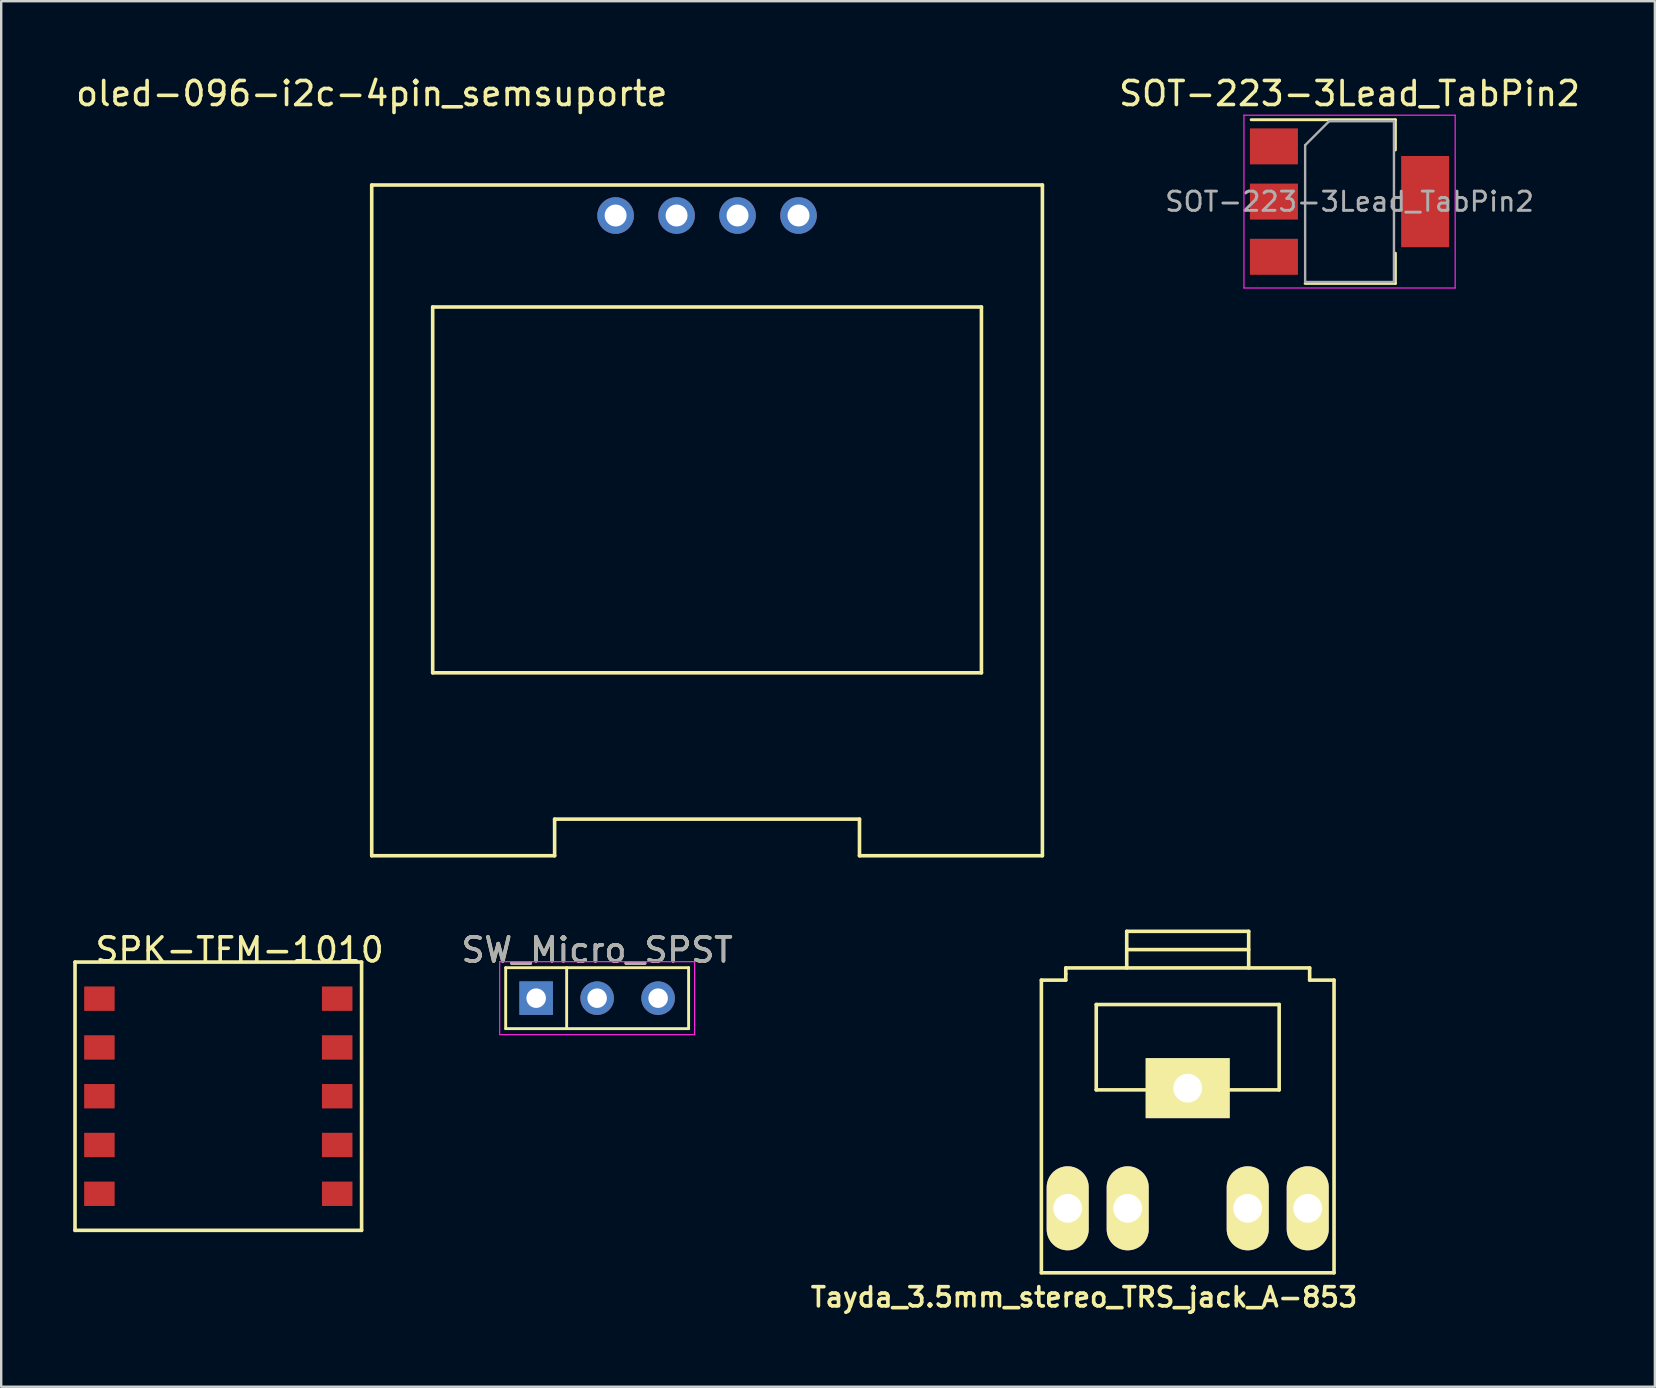
<source format=kicad_pcb>
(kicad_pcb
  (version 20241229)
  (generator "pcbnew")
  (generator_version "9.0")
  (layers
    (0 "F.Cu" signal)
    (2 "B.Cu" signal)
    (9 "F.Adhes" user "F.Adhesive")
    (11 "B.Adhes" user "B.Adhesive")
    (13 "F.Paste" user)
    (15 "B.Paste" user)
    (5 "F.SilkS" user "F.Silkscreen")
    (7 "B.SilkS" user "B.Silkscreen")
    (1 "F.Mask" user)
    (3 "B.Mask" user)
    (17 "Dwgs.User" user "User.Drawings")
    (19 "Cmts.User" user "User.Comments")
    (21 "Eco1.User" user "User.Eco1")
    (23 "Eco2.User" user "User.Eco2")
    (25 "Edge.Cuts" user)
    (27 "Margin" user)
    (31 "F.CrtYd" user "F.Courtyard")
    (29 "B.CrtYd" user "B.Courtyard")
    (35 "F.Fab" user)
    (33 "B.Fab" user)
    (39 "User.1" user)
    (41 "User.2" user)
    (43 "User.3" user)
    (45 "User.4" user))
  (footprint "SOT-223-3Lead_TabPin2"
    (layer "F.Cu")
    (at 53.17 5.348)
    (property "Reference" "SOT-223-3Lead_TabPin2" (at 0 -4.5 0) (layer "F.SilkS") (effects (font (size 1 1) (thickness 0.15))))
    (attr smd)
    (fp_line (start -4.1 -3.41) (end 1.91 -3.41) (stroke (width 0.12) (type solid)) (layer "F.SilkS"))
    (fp_line (start -1.85 3.41) (end 1.91 3.41) (stroke (width 0.12) (type solid)) (layer "F.SilkS"))
    (fp_line (start 1.91 -3.41) (end 1.91 -2.15) (stroke (width 0.12) (type solid)) (layer "F.SilkS"))
    (fp_line (start 1.91 3.41) (end 1.91 2.15) (stroke (width 0.12) (type solid)) (layer "F.SilkS"))
    (fp_line (start -4.4 -3.6) (end -4.4 3.6) (stroke (width 0.05) (type solid)) (layer "F.CrtYd"))
    (fp_line (start -4.4 3.6) (end 4.4 3.6) (stroke (width 0.05) (type solid)) (layer "F.CrtYd"))
    (fp_line (start 4.4 -3.6) (end -4.4 -3.6) (stroke (width 0.05) (type solid)) (layer "F.CrtYd"))
    (fp_line (start 4.4 3.6) (end 4.4 -3.6) (stroke (width 0.05) (type solid)) (layer "F.CrtYd"))
    (fp_line (start -1.85 -2.35) (end -1.85 3.35) (stroke (width 0.1) (type solid)) (layer "F.Fab"))
    (fp_line (start -1.85 -2.35) (end -0.85 -3.35) (stroke (width 0.1) (type solid)) (layer "F.Fab"))
    (fp_line (start -1.85 3.35) (end 1.85 3.35) (stroke (width 0.1) (type solid)) (layer "F.Fab"))
    (fp_line (start -0.85 -3.35) (end 1.85 -3.35) (stroke (width 0.1) (type solid)) (layer "F.Fab"))
    (fp_line (start 1.85 -3.35) (end 1.85 3.35) (stroke (width 0.1) (type solid)) (layer "F.Fab"))
    (fp_text user "${REFERENCE}" (at 0 0 0) (layer "F.Fab") (effects (font (size 0.8 0.8) (thickness 0.12))))
    (pad "GND" smd rect (at -3.15 0) (size 2 1.5) (layers "F.Cu" "F.Mask" "F.Paste"))
    (pad "GND" smd rect (at 3.15 0) (size 2 3.8) (layers "F.Cu" "F.Mask" "F.Paste"))
    (pad "VI" smd rect (at -3.15 -2.3) (size 2 1.5) (layers "F.Cu" "F.Mask" "F.Paste"))
    (pad "VO" smd rect (at -3.15 2.3) (size 2 1.5) (layers "F.Cu" "F.Mask" "F.Paste")))
  (footprint "SPK-TFM-1010"
    (layer "F.Cu")
    (at 1.091 38.553)
    (property "Reference" "SPK-TFM-1010" (at 5.842 -2.032 0) (layer "F.SilkS") (effects (font (size 1 1) (thickness 0.15))))
    (attr through_hole)
    (fp_line (start -1.016 -1.524) (end 10.922 -1.524) (stroke (width 0.15) (type solid)) (layer "F.SilkS"))
    (fp_line (start -1.016 9.652) (end -1.016 -1.524) (stroke (width 0.15) (type solid)) (layer "F.SilkS"))
    (fp_line (start -1.016 9.652) (end 10.922 9.652) (stroke (width 0.15) (type solid)) (layer "F.SilkS"))
    (fp_line (start 10.922 -1.524) (end 10.922 9.652) (stroke (width 0.15) (type solid)) (layer "F.SilkS"))
    (pad "1" smd rect (at 0 0) (size 1.27 1.016) (layers "F.Cu" "F.Mask" "F.Paste"))
    (pad "2" smd rect (at 0 2.032) (size 1.27 1.016) (layers "F.Cu" "F.Mask" "F.Paste"))
    (pad "3" smd rect (at 0 4.064) (size 1.27 1.016) (layers "F.Cu" "F.Mask" "F.Paste"))
    (pad "4" smd rect (at 0 6.096) (size 1.27 1.016) (layers "F.Cu" "F.Mask" "F.Paste"))
    (pad "5" smd rect (at 0 8.128) (size 1.27 1.016) (layers "F.Cu" "F.Mask" "F.Paste"))
    (pad "6" smd rect (at 9.906 8.128) (size 1.27 1.016) (layers "F.Cu" "F.Mask" "F.Paste"))
    (pad "7" smd rect (at 9.906 6.096) (size 1.27 1.016) (layers "F.Cu" "F.Mask" "F.Paste"))
    (pad "8" smd rect (at 9.906 4.064) (size 1.27 1.016) (layers "F.Cu" "F.Mask" "F.Paste"))
    (pad "9" smd rect (at 9.906 2.032) (size 1.27 1.016) (layers "F.Cu" "F.Mask" "F.Paste"))
    (pad "10" smd rect (at 9.906 0) (size 1.27 1.016) (layers "F.Cu" "F.Mask" "F.Paste")))
  (footprint "SW_Micro_SPST"
    (layer "F.Cu")
    (at 19.286 38.532)
    (property "Reference" "SW_Micro_SPST" (at 2.54 -2.01 0) (layer "F.SilkS") (effects (font (size 1 1) (thickness 0.15))))
    (attr through_hole)
    (fp_line (start -1.27 -1.27) (end 6.35 -1.27) (stroke (width 0.12) (type solid)) (layer "F.SilkS"))
    (fp_line (start -1.27 1.27) (end -1.27 -1.27) (stroke (width 0.12) (type solid)) (layer "F.SilkS"))
    (fp_line (start 1.27 -1.27) (end 1.27 1.27) (stroke (width 0.12) (type solid)) (layer "F.SilkS"))
    (fp_line (start 6.35 -1.27) (end 6.35 1.27) (stroke (width 0.12) (type solid)) (layer "F.SilkS"))
    (fp_line (start 6.35 1.27) (end -1.27 1.27) (stroke (width 0.12) (type solid)) (layer "F.SilkS"))
    (fp_line (start -1.52 -1.52) (end -1.52 1.52) (stroke (width 0.05) (type solid)) (layer "F.CrtYd"))
    (fp_line (start -1.52 -1.52) (end 6.6 -1.52) (stroke (width 0.05) (type solid)) (layer "F.CrtYd"))
    (fp_line (start 6.6 1.52) (end -1.52 1.52) (stroke (width 0.05) (type solid)) (layer "F.CrtYd"))
    (fp_line (start 6.6 1.52) (end 6.6 -1.52) (stroke (width 0.05) (type solid)) (layer "F.CrtYd"))
    (fp_text user "${REFERENCE}" (at 2.54 -2.01 0) (layer "F.Fab") (effects (font (size 1 1) (thickness 0.15))))
    (pad "1" thru_hole rect (at 0 0) (size 1.397 1.397) (drill 0.813) (layers "*.Cu" "*.Mask"))
    (pad "2" thru_hole circle (at 2.54 0) (size 1.397 1.397) (drill 0.813) (layers "*.Cu" "*.Mask"))
    (pad "3" thru_hole circle (at 5.08 0) (size 1.397 1.397) (drill 0.813) (layers "*.Cu" "*.Mask")))
  (footprint "oled-096-i2c-4pin_semsuporte"
    (layer "F.Cu")
    (at 12.435 4.658)
    (property "Reference" "oled-096-i2c-4pin_semsuporte" (at 0 -3.81 0) (layer "F.SilkS") (effects (font (size 1 1) (thickness 0.15))))
    (attr through_hole)
    (fp_line (start 0 0) (end 0 27.94) (stroke (width 0.15) (type solid)) (layer "F.SilkS"))
    (fp_line (start 0 0) (end 27.94 0) (stroke (width 0.15) (type solid)) (layer "F.SilkS"))
    (fp_line (start 0 27.94) (end 7.62 27.94) (stroke (width 0.15) (type solid)) (layer "F.SilkS"))
    (fp_line (start 2.54 5.08) (end 25.4 5.08) (stroke (width 0.15) (type solid)) (layer "F.SilkS"))
    (fp_line (start 2.54 20.32) (end 2.54 5.08) (stroke (width 0.15) (type solid)) (layer "F.SilkS"))
    (fp_line (start 7.62 26.416) (end 20.32 26.416) (stroke (width 0.15) (type solid)) (layer "F.SilkS"))
    (fp_line (start 7.62 27.94) (end 7.62 26.416) (stroke (width 0.15) (type solid)) (layer "F.SilkS"))
    (fp_line (start 20.32 26.416) (end 20.32 27.94) (stroke (width 0.15) (type solid)) (layer "F.SilkS"))
    (fp_line (start 20.32 27.94) (end 27.94 27.94) (stroke (width 0.15) (type solid)) (layer "F.SilkS"))
    (fp_line (start 25.4 5.08) (end 25.4 20.32) (stroke (width 0.15) (type solid)) (layer "F.SilkS"))
    (fp_line (start 25.4 20.32) (end 2.54 20.32) (stroke (width 0.15) (type solid)) (layer "F.SilkS"))
    (fp_line (start 27.94 27.94) (end 27.94 0) (stroke (width 0.15) (type solid)) (layer "F.SilkS"))
    (pad "1" thru_hole circle (at 10.16 1.27) (size 1.524 1.524) (drill 0.914) (layers "*.Cu" "*.Mask"))
    (pad "2" thru_hole circle (at 12.7 1.27) (size 1.524 1.524) (drill 0.914) (layers "*.Cu" "*.Mask"))
    (pad "3" thru_hole circle (at 15.24 1.27) (size 1.524 1.524) (drill 0.914) (layers "*.Cu" "*.Mask"))
    (pad "4" thru_hole circle (at 17.78 1.27) (size 1.524 1.524) (drill 0.914) (layers "*.Cu" "*.Mask")))
  (footprint "Tayda_3.5mm_stereo_TRS_jack_A-853"
    (layer "F.Cu")
    (at 46.428 43.876)
    (property "Reference" "Tayda_3.5mm_stereo_TRS_jack_A-853" (at -4.318 7.112 0) (layer "F.SilkS") (effects (font (size 0.8 0.8) (thickness 0.15))))
    (attr through_hole)
    (fp_line (start -6.096 6.096) (end -6.096 -6.096) (stroke (width 0.15) (type solid)) (layer "F.SilkS"))
    (fp_line (start -5.08 -6.604) (end 5.08 -6.604) (stroke (width 0.15) (type solid)) (layer "F.SilkS"))
    (fp_line (start -5.08 -6.35) (end -5.08 -6.604) (stroke (width 0.15) (type solid)) (layer "F.SilkS"))
    (fp_line (start -5.08 -6.096) (end -6.096 -6.096) (stroke (width 0.15) (type solid)) (layer "F.SilkS"))
    (fp_line (start -5.08 -6.096) (end -5.08 -6.35) (stroke (width 0.15) (type solid)) (layer "F.SilkS"))
    (fp_line (start -3.81 -5.08) (end 3.81 -5.08) (stroke (width 0.15) (type solid)) (layer "F.SilkS"))
    (fp_line (start -3.81 -1.524) (end -3.81 -5.08) (stroke (width 0.15) (type solid)) (layer "F.SilkS"))
    (fp_line (start -2.54 -8.128) (end -2.54 -6.604) (stroke (width 0.15) (type solid)) (layer "F.SilkS"))
    (fp_line (start -2.54 -8.128) (end 2.54 -8.128) (stroke (width 0.15) (type solid)) (layer "F.SilkS"))
    (fp_line (start -2.54 -7.366) (end 2.54 -7.366) (stroke (width 0.15) (type solid)) (layer "F.SilkS"))
    (fp_line (start -1.778 -1.524) (end -3.81 -1.524) (stroke (width 0.15) (type solid)) (layer "F.SilkS"))
    (fp_line (start 2.54 -6.604) (end 2.54 -8.128) (stroke (width 0.15) (type solid)) (layer "F.SilkS"))
    (fp_line (start 3.81 -5.08) (end 3.81 -1.524) (stroke (width 0.15) (type solid)) (layer "F.SilkS"))
    (fp_line (start 3.81 -1.524) (end 1.778 -1.524) (stroke (width 0.15) (type solid)) (layer "F.SilkS"))
    (fp_line (start 5.08 -6.604) (end 5.08 -6.096) (stroke (width 0.15) (type solid)) (layer "F.SilkS"))
    (fp_line (start 6.096 -6.096) (end 5.08 -6.096) (stroke (width 0.15) (type solid)) (layer "F.SilkS"))
    (fp_line (start 6.096 -6.096) (end 6.096 6.096) (stroke (width 0.15) (type solid)) (layer "F.SilkS"))
    (fp_line (start 6.096 6.096) (end -6.096 6.096) (stroke (width 0.15) (type solid)) (layer "F.SilkS"))
    (pad "1" thru_hole rect (at 0 -1.596) (size 3.5 2.5) (drill 1.2) (layers "*.Cu" "*.Mask" "F.SilkS"))
    (pad "2" thru_hole oval (at 5 3.41) (size 1.75 3.5) (drill 1.2) (layers "*.Cu" "*.Mask" "F.SilkS"))
    (pad "3" thru_hole oval (at -5 3.41) (size 1.75 3.5) (drill 1.2) (layers "*.Cu" "*.Mask" "F.SilkS"))
    (pad "4" thru_hole oval (at 2.5 3.41) (size 1.75 3.5) (drill 1.2) (layers "*.Cu" "*.Mask" "F.SilkS"))
    (pad "5" thru_hole oval (at -2.5 3.41) (size 1.75 3.5) (drill 1.2) (layers "*.Cu" "*.Mask" "F.SilkS")))
  (gr_rect
    (start -3 -3)
    (end 65.89 54.719)
    (stroke (width 0.1) (type default))
    (fill no)
    (layer "Edge.Cuts")))
</source>
